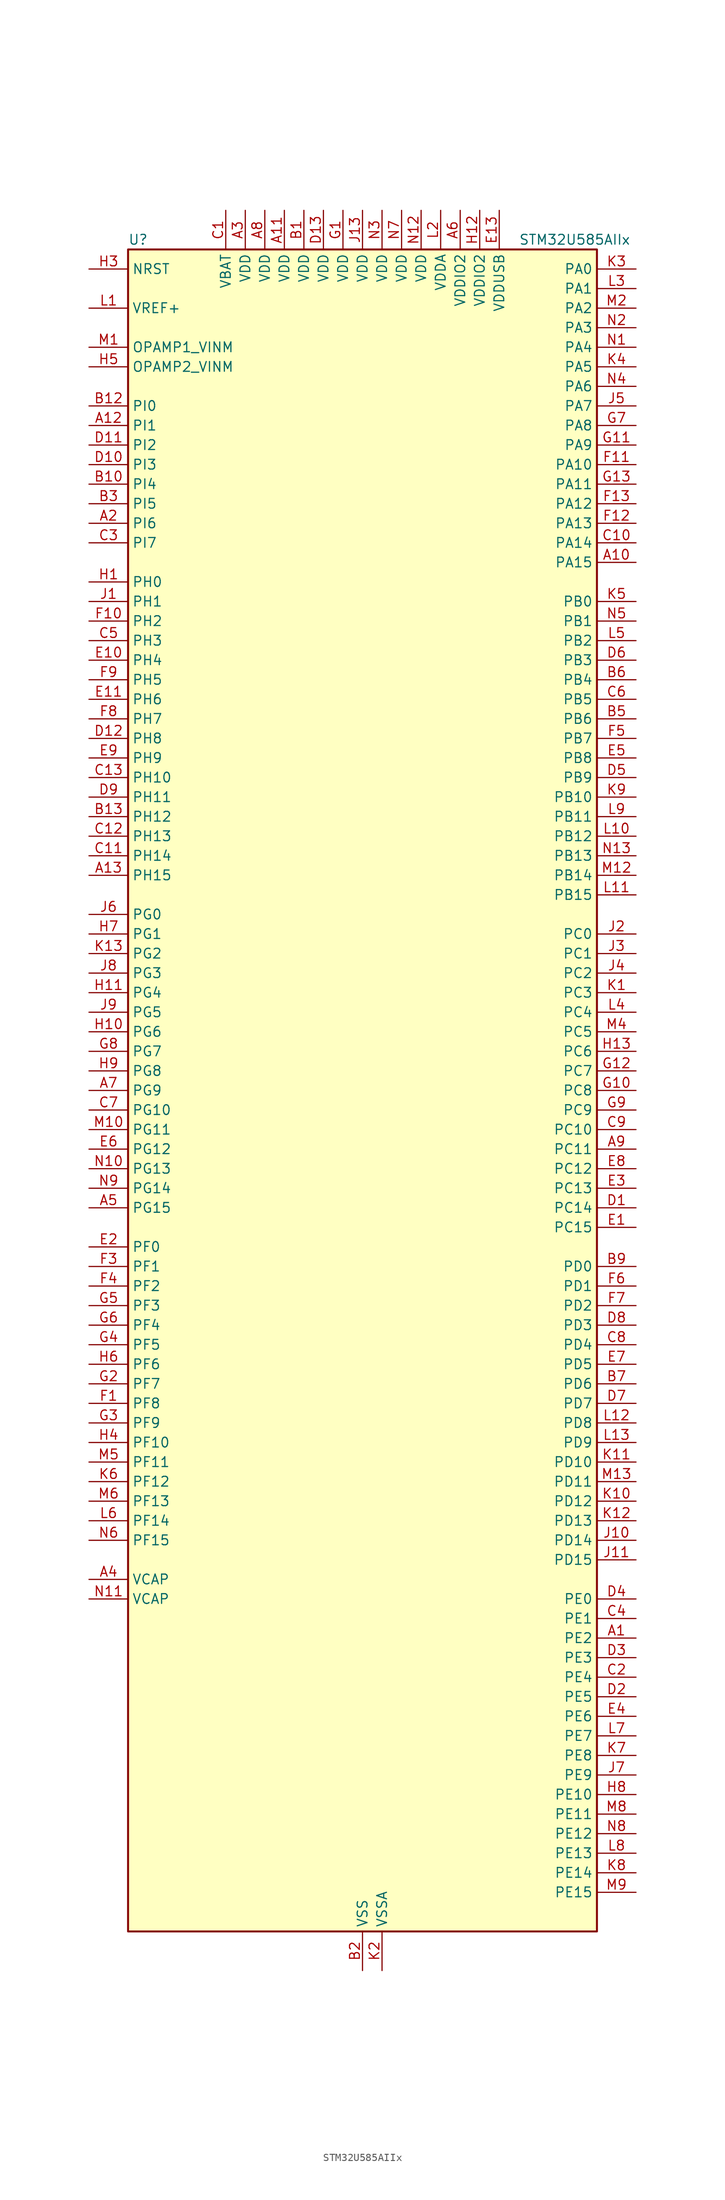
<source format=kicad_sym>
(kicad_symbol_lib
  (version 20220914)
  (generator kicad_symbol_editor)
  (symbol "STM32U585AIIx"
    (property "Reference" "U"
      (at -30.48 110.49 0)
      (effects (font (size 1.27 1.27)) (justify left)))
    (property "Value" "STM32U585AIIx"
      (at 20.32 110.49 0)
      (effects (font (size 1.27 1.27)) (justify left)))
    (property "ki_locked" ""
      (at 0 0 0)
      (effects (font (size 1.27 1.27))))
    (symbol "STM32U585AIIx_0_1"
      (rectangle (start -30.48 -109.22) (end 30.48 109.22) (stroke (width 0.254) (type default)) (fill (type background))))
    (symbol "STM32U585AIIx_1_1"
      (pin bidirectional line (at 35.56 -71.12 180) (length 5.08) (name "PE2" (effects (font (size 1.27 1.27)))) (number "A1" (effects (font (size 1.27 1.27)))) (alternate "DEBUG_TRACECLK" bidirectional line) (alternate "FMC_A23" bidirectional line) (alternate "SAI1_CK1" bidirectional line) (alternate "SAI1_MCLK_A" bidirectional line) (alternate "TIM3_ETR" bidirectional line) (alternate "TSC_G7_IO1" bidirectional line))
      (pin bidirectional line (at 35.56 68.58 180) (length 5.08) (name "PA15" (effects (font (size 1.27 1.27)))) (number "A10" (effects (font (size 1.27 1.27)))) (alternate "ADC1_EXTI15" bidirectional line) (alternate "ADC4_EXTI15" bidirectional line) (alternate "DEBUG_JTDI" bidirectional line) (alternate "SAI2_FS_B" bidirectional line) (alternate "SPI1_NSS" bidirectional line) (alternate "SPI3_NSS" bidirectional line) (alternate "TIM2_CH1" bidirectional line) (alternate "TIM2_ETR" bidirectional line) (alternate "UART4_DE" bidirectional line) (alternate "UART4_RTS" bidirectional line) (alternate "UCPD1_CC1" bidirectional line) (alternate "USART2_RX" bidirectional line) (alternate "USART3_DE" bidirectional line) (alternate "USART3_RTS" bidirectional line))
      (pin power_in line (at -10.16 114.3 270) (length 5.08) (name "VDD" (effects (font (size 1.27 1.27)))) (number "A11" (effects (font (size 1.27 1.27)))))
      (pin bidirectional line (at -35.56 86.36 0) (length 5.08) (name "PI1" (effects (font (size 1.27 1.27)))) (number "A12" (effects (font (size 1.27 1.27)))) (alternate "DCMI_D8" bidirectional line) (alternate "OCTOSPIM_P2_IO2" bidirectional line) (alternate "PSSI_D8" bidirectional line) (alternate "SPI2_SCK" bidirectional line))
      (pin bidirectional line (at -35.56 27.94 0) (length 5.08) (name "PH15" (effects (font (size 1.27 1.27)))) (number "A13" (effects (font (size 1.27 1.27)))) (alternate "ADC1_EXTI15" bidirectional line) (alternate "ADC4_EXTI15" bidirectional line) (alternate "DCMI_D11" bidirectional line) (alternate "OCTOSPIM_P2_IO6" bidirectional line) (alternate "PSSI_D11" bidirectional line) (alternate "TIM8_CH3N" bidirectional line))
      (pin bidirectional line (at -35.56 73.66 0) (length 5.08) (name "PI6" (effects (font (size 1.27 1.27)))) (number "A2" (effects (font (size 1.27 1.27)))) (alternate "DCMI_D6" bidirectional line) (alternate "OCTOSPIM_P2_CLK" bidirectional line) (alternate "PSSI_D6" bidirectional line) (alternate "TIM8_CH2" bidirectional line))
      (pin power_in line (at -15.24 114.3 270) (length 5.08) (name "VDD" (effects (font (size 1.27 1.27)))) (number "A3" (effects (font (size 1.27 1.27)))))
      (pin power_out line (at -35.56 -63.5 0) (length 5.08) (name "VCAP" (effects (font (size 1.27 1.27)))) (number "A4" (effects (font (size 1.27 1.27)))))
      (pin bidirectional line (at -35.56 -15.24 0) (length 5.08) (name "PG15" (effects (font (size 1.27 1.27)))) (number "A5" (effects (font (size 1.27 1.27)))) (alternate "ADC1_EXTI15" bidirectional line) (alternate "ADC4_EXTI15" bidirectional line) (alternate "DCMI_D13" bidirectional line) (alternate "I2C1_SMBA" bidirectional line) (alternate "LPTIM1_CH1" bidirectional line) (alternate "OCTOSPIM_P2_DQS" bidirectional line) (alternate "PSSI_D13" bidirectional line))
      (pin power_in line (at 12.7 114.3 270) (length 5.08) (name "VDDIO2" (effects (font (size 1.27 1.27)))) (number "A6" (effects (font (size 1.27 1.27)))))
      (pin bidirectional line (at -35.56 0 0) (length 5.08) (name "PG9" (effects (font (size 1.27 1.27)))) (number "A7" (effects (font (size 1.27 1.27)))) (alternate "DAC1_EXTI9" bidirectional line) (alternate "FMC_NCE" bidirectional line) (alternate "FMC_NE2" bidirectional line) (alternate "OCTOSPIM_P2_IO6" bidirectional line) (alternate "SAI2_SCK_A" bidirectional line) (alternate "SPI3_SCK" bidirectional line) (alternate "TIM15_CH1N" bidirectional line) (alternate "USART1_TX" bidirectional line))
      (pin power_in line (at -12.7 114.3 270) (length 5.08) (name "VDD" (effects (font (size 1.27 1.27)))) (number "A8" (effects (font (size 1.27 1.27)))))
      (pin bidirectional line (at 35.56 -7.62 180) (length 5.08) (name "PC11" (effects (font (size 1.27 1.27)))) (number "A9" (effects (font (size 1.27 1.27)))) (alternate "ADC1_EXTI11" bidirectional line) (alternate "ADF1_SDI0" bidirectional line) (alternate "DCMI_D2" bidirectional line) (alternate "DCMI_D4" bidirectional line) (alternate "LPTIM3_IN1" bidirectional line) (alternate "OCTOSPIM_P1_NCS" bidirectional line) (alternate "PSSI_D2" bidirectional line) (alternate "PSSI_D4" bidirectional line) (alternate "SAI2_MCLK_B" bidirectional line) (alternate "SDMMC1_D3" bidirectional line) (alternate "SPI3_MISO" bidirectional line) (alternate "TSC_G3_IO3" bidirectional line) (alternate "UART4_RX" bidirectional line) (alternate "UCPD1_FRSTX2" bidirectional line) (alternate "USART3_RX" bidirectional line))
      (pin power_in line (at -7.62 114.3 270) (length 5.08) (name "VDD" (effects (font (size 1.27 1.27)))) (number "B1" (effects (font (size 1.27 1.27)))))
      (pin bidirectional line (at -35.56 78.74 0) (length 5.08) (name "PI4" (effects (font (size 1.27 1.27)))) (number "B10" (effects (font (size 1.27 1.27)))) (alternate "DCMI_D5" bidirectional line) (alternate "PSSI_D5" bidirectional line) (alternate "SPI2_RDY" bidirectional line) (alternate "TIM8_BKIN" bidirectional line))
      (pin passive line (at 0 -114.3 90) (length 5.08) hide (name "VSS" (effects (font (size 1.27 1.27)))) (number "B11" (effects (font (size 1.27 1.27)))))
      (pin bidirectional line (at -35.56 88.9 0) (length 5.08) (name "PI0" (effects (font (size 1.27 1.27)))) (number "B12" (effects (font (size 1.27 1.27)))) (alternate "DCMI_D13" bidirectional line) (alternate "OCTOSPIM_P1_IO5" bidirectional line) (alternate "PSSI_D13" bidirectional line) (alternate "SPI2_NSS" bidirectional line) (alternate "TIM5_CH4" bidirectional line))
      (pin bidirectional line (at -35.56 35.56 0) (length 5.08) (name "PH12" (effects (font (size 1.27 1.27)))) (number "B13" (effects (font (size 1.27 1.27)))) (alternate "DCMI_D3" bidirectional line) (alternate "OCTOSPIM_P2_IO7" bidirectional line) (alternate "PSSI_D3" bidirectional line) (alternate "TIM5_CH3" bidirectional line) (alternate "TIM8_CH4N" bidirectional line))
      (pin power_in line (at 0 -114.3 90) (length 5.08) (name "VSS" (effects (font (size 1.27 1.27)))) (number "B2" (effects (font (size 1.27 1.27)))))
      (pin bidirectional line (at -35.56 76.2 0) (length 5.08) (name "PI5" (effects (font (size 1.27 1.27)))) (number "B3" (effects (font (size 1.27 1.27)))) (alternate "DCMI_VSYNC" bidirectional line) (alternate "OCTOSPIM_P2_NCS" bidirectional line) (alternate "PSSI_RDY" bidirectional line) (alternate "TIM8_CH1" bidirectional line))
      (pin passive line (at 0 -114.3 90) (length 5.08) hide (name "VSS" (effects (font (size 1.27 1.27)))) (number "B4" (effects (font (size 1.27 1.27)))))
      (pin bidirectional line (at 35.56 48.26 180) (length 5.08) (name "PB6" (effects (font (size 1.27 1.27)))) (number "B5" (effects (font (size 1.27 1.27)))) (alternate "COMP2_INP" bidirectional line) (alternate "DCMI_D5" bidirectional line) (alternate "I2C1_SCL" bidirectional line) (alternate "I2C4_SCL" bidirectional line) (alternate "LPTIM1_ETR" bidirectional line) (alternate "MDF1_SDI5" bidirectional line) (alternate "PSSI_D5" bidirectional line) (alternate "PWR_WKUP3" bidirectional line) (alternate "SAI1_FS_B" bidirectional line) (alternate "TIM16_CH1N" bidirectional line) (alternate "TIM4_CH1" bidirectional line) (alternate "TIM8_BKIN2" bidirectional line) (alternate "TSC_G2_IO3" bidirectional line) (alternate "USART1_TX" bidirectional line))
      (pin bidirectional line (at 35.56 53.34 180) (length 5.08) (name "PB4" (effects (font (size 1.27 1.27)))) (number "B6" (effects (font (size 1.27 1.27)))) (alternate "ADF1_SDI0" bidirectional line) (alternate "COMP2_INP" bidirectional line) (alternate "DCMI_D12" bidirectional line) (alternate "DEBUG_JTRST" bidirectional line) (alternate "I2C3_SDA" bidirectional line) (alternate "LPTIM1_CH2" bidirectional line) (alternate "PSSI_D12" bidirectional line) (alternate "SAI1_MCLK_B" bidirectional line) (alternate "SDMMC2_D3" bidirectional line) (alternate "SPI1_MISO" bidirectional line) (alternate "SPI3_MISO" bidirectional line) (alternate "TIM17_BKIN" bidirectional line) (alternate "TIM3_CH1" bidirectional line) (alternate "TSC_G2_IO1" bidirectional line) (alternate "UART5_DE" bidirectional line) (alternate "UART5_RTS" bidirectional line) (alternate "USART1_CTS" bidirectional line))
      (pin bidirectional line (at 35.56 -38.1 180) (length 5.08) (name "PD6" (effects (font (size 1.27 1.27)))) (number "B7" (effects (font (size 1.27 1.27)))) (alternate "DCMI_D10" bidirectional line) (alternate "FMC_NWAIT" bidirectional line) (alternate "MDF1_SDI1" bidirectional line) (alternate "OCTOSPIM_P1_IO6" bidirectional line) (alternate "PSSI_D10" bidirectional line) (alternate "SAI1_D1" bidirectional line) (alternate "SAI1_SD_A" bidirectional line) (alternate "SDMMC2_CK" bidirectional line) (alternate "SPI3_MOSI" bidirectional line) (alternate "USART2_RX" bidirectional line))
      (pin passive line (at 0 -114.3 90) (length 5.08) hide (name "VSS" (effects (font (size 1.27 1.27)))) (number "B8" (effects (font (size 1.27 1.27)))))
      (pin bidirectional line (at 35.56 -22.86 180) (length 5.08) (name "PD0" (effects (font (size 1.27 1.27)))) (number "B9" (effects (font (size 1.27 1.27)))) (alternate "FDCAN1_RX" bidirectional line) (alternate "FMC_D2" bidirectional line) (alternate "FMC_DA2" bidirectional line) (alternate "SPI2_NSS" bidirectional line) (alternate "TIM8_CH4N" bidirectional line))
      (pin power_in line (at -17.78 114.3 270) (length 5.08) (name "VBAT" (effects (font (size 1.27 1.27)))) (number "C1" (effects (font (size 1.27 1.27)))))
      (pin bidirectional line (at 35.56 71.12 180) (length 5.08) (name "PA14" (effects (font (size 1.27 1.27)))) (number "C10" (effects (font (size 1.27 1.27)))) (alternate "DEBUG_JTCK-SWCLK" bidirectional line) (alternate "I2C1_SMBA" bidirectional line) (alternate "I2C4_SMBA" bidirectional line) (alternate "LPTIM1_CH1" bidirectional line) (alternate "SAI1_FS_B" bidirectional line) (alternate "USB_OTG_FS_SOF" bidirectional line))
      (pin bidirectional line (at -35.56 30.48 0) (length 5.08) (name "PH14" (effects (font (size 1.27 1.27)))) (number "C11" (effects (font (size 1.27 1.27)))) (alternate "DCMI_D4" bidirectional line) (alternate "FDCAN1_RX" bidirectional line) (alternate "PSSI_D4" bidirectional line) (alternate "TIM8_CH2N" bidirectional line))
      (pin bidirectional line (at -35.56 33.02 0) (length 5.08) (name "PH13" (effects (font (size 1.27 1.27)))) (number "C12" (effects (font (size 1.27 1.27)))) (alternate "FDCAN1_TX" bidirectional line) (alternate "TIM8_CH1N" bidirectional line))
      (pin bidirectional line (at -35.56 40.64 0) (length 5.08) (name "PH10" (effects (font (size 1.27 1.27)))) (number "C13" (effects (font (size 1.27 1.27)))) (alternate "DCMI_D1" bidirectional line) (alternate "OCTOSPIM_P2_IO5" bidirectional line) (alternate "PSSI_D1" bidirectional line) (alternate "TIM5_CH1" bidirectional line))
      (pin bidirectional line (at 35.56 -76.2 180) (length 5.08) (name "PE4" (effects (font (size 1.27 1.27)))) (number "C2" (effects (font (size 1.27 1.27)))) (alternate "DCMI_D4" bidirectional line) (alternate "DEBUG_TRACED1" bidirectional line) (alternate "FMC_A20" bidirectional line) (alternate "MDF1_SDI3" bidirectional line) (alternate "PSSI_D4" bidirectional line) (alternate "PWR_WKUP1" bidirectional line) (alternate "SAI1_D2" bidirectional line) (alternate "SAI1_FS_A" bidirectional line) (alternate "TAMP_IN7" bidirectional line) (alternate "TAMP_OUT8" bidirectional line) (alternate "TIM3_CH2" bidirectional line) (alternate "TSC_G7_IO3" bidirectional line))
      (pin bidirectional line (at -35.56 71.12 0) (length 5.08) (name "PI7" (effects (font (size 1.27 1.27)))) (number "C3" (effects (font (size 1.27 1.27)))) (alternate "DCMI_D7" bidirectional line) (alternate "OCTOSPIM_P2_NCLK" bidirectional line) (alternate "PSSI_D7" bidirectional line) (alternate "TIM8_CH3" bidirectional line))
      (pin bidirectional line (at 35.56 -68.58 180) (length 5.08) (name "PE1" (effects (font (size 1.27 1.27)))) (number "C4" (effects (font (size 1.27 1.27)))) (alternate "DCMI_D3" bidirectional line) (alternate "FMC_NBL1" bidirectional line) (alternate "PSSI_D3" bidirectional line) (alternate "TIM17_CH1" bidirectional line))
      (pin bidirectional line (at -35.56 58.42 0) (length 5.08) (name "PH3" (effects (font (size 1.27 1.27)))) (number "C5" (effects (font (size 1.27 1.27)))))
      (pin bidirectional line (at 35.56 50.8 180) (length 5.08) (name "PB5" (effects (font (size 1.27 1.27)))) (number "C6" (effects (font (size 1.27 1.27)))) (alternate "COMP2_OUT" bidirectional line) (alternate "DCMI_D10" bidirectional line) (alternate "I2C1_SMBA" bidirectional line) (alternate "LPTIM1_IN1" bidirectional line) (alternate "OCTOSPIM_P1_NCLK" bidirectional line) (alternate "PSSI_D10" bidirectional line) (alternate "PWR_WKUP6" bidirectional line) (alternate "SAI1_SD_B" bidirectional line) (alternate "SPI1_MOSI" bidirectional line) (alternate "SPI3_MOSI" bidirectional line) (alternate "TIM16_BKIN" bidirectional line) (alternate "TIM3_CH2" bidirectional line) (alternate "TSC_G2_IO2" bidirectional line) (alternate "UART5_CTS" bidirectional line) (alternate "UCPD1_DBCC1" bidirectional line) (alternate "USART1_CK" bidirectional line))
      (pin bidirectional line (at -35.56 -2.54 0) (length 5.08) (name "PG10" (effects (font (size 1.27 1.27)))) (number "C7" (effects (font (size 1.27 1.27)))) (alternate "FMC_NE3" bidirectional line) (alternate "LPTIM1_IN1" bidirectional line) (alternate "OCTOSPIM_P2_IO7" bidirectional line) (alternate "SAI2_FS_A" bidirectional line) (alternate "SPI3_MISO" bidirectional line) (alternate "TIM15_CH1" bidirectional line) (alternate "USART1_RX" bidirectional line))
      (pin bidirectional line (at 35.56 -33.02 180) (length 5.08) (name "PD4" (effects (font (size 1.27 1.27)))) (number "C8" (effects (font (size 1.27 1.27)))) (alternate "FMC_NOE" bidirectional line) (alternate "MDF1_CKI0" bidirectional line) (alternate "OCTOSPIM_P1_IO4" bidirectional line) (alternate "SPI2_MOSI" bidirectional line) (alternate "USART2_DE" bidirectional line) (alternate "USART2_RTS" bidirectional line))
      (pin bidirectional line (at 35.56 -5.08 180) (length 5.08) (name "PC10" (effects (font (size 1.27 1.27)))) (number "C9" (effects (font (size 1.27 1.27)))) (alternate "ADF1_CCK1" bidirectional line) (alternate "DCMI_D8" bidirectional line) (alternate "DEBUG_TRACED1" bidirectional line) (alternate "LPTIM3_ETR" bidirectional line) (alternate "PSSI_D8" bidirectional line) (alternate "SAI2_SCK_B" bidirectional line) (alternate "SDMMC1_D2" bidirectional line) (alternate "SPI3_SCK" bidirectional line) (alternate "TSC_G3_IO2" bidirectional line) (alternate "UART4_TX" bidirectional line) (alternate "USART3_TX" bidirectional line))
      (pin bidirectional line (at 35.56 -15.24 180) (length 5.08) (name "PC14" (effects (font (size 1.27 1.27)))) (number "D1" (effects (font (size 1.27 1.27)))) (alternate "RCC_OSC32_IN" bidirectional line))
      (pin bidirectional line (at -35.56 81.28 0) (length 5.08) (name "PI3" (effects (font (size 1.27 1.27)))) (number "D10" (effects (font (size 1.27 1.27)))) (alternate "DCMI_D10" bidirectional line) (alternate "OCTOSPIM_P2_IO0" bidirectional line) (alternate "PSSI_D10" bidirectional line) (alternate "SPI2_MOSI" bidirectional line) (alternate "TIM8_ETR" bidirectional line))
      (pin bidirectional line (at -35.56 83.82 0) (length 5.08) (name "PI2" (effects (font (size 1.27 1.27)))) (number "D11" (effects (font (size 1.27 1.27)))) (alternate "DCMI_D9" bidirectional line) (alternate "OCTOSPIM_P2_IO1" bidirectional line) (alternate "PSSI_D9" bidirectional line) (alternate "SPI2_MISO" bidirectional line) (alternate "TIM8_CH4" bidirectional line))
      (pin bidirectional line (at -35.56 45.72 0) (length 5.08) (name "PH8" (effects (font (size 1.27 1.27)))) (number "D12" (effects (font (size 1.27 1.27)))) (alternate "DCMI_HSYNC" bidirectional line) (alternate "I2C3_SDA" bidirectional line) (alternate "OCTOSPIM_P2_IO3" bidirectional line) (alternate "PSSI_DE" bidirectional line))
      (pin power_in line (at -5.08 114.3 270) (length 5.08) (name "VDD" (effects (font (size 1.27 1.27)))) (number "D13" (effects (font (size 1.27 1.27)))))
      (pin bidirectional line (at 35.56 -78.74 180) (length 5.08) (name "PE5" (effects (font (size 1.27 1.27)))) (number "D2" (effects (font (size 1.27 1.27)))) (alternate "DCMI_D6" bidirectional line) (alternate "DEBUG_TRACED2" bidirectional line) (alternate "FMC_A21" bidirectional line) (alternate "MDF1_CKI3" bidirectional line) (alternate "PSSI_D6" bidirectional line) (alternate "PWR_WKUP2" bidirectional line) (alternate "SAI1_CK2" bidirectional line) (alternate "SAI1_SCK_A" bidirectional line) (alternate "TAMP_IN8" bidirectional line) (alternate "TAMP_OUT7" bidirectional line) (alternate "TIM3_CH3" bidirectional line) (alternate "TSC_G7_IO4" bidirectional line))
      (pin bidirectional line (at 35.56 -73.66 180) (length 5.08) (name "PE3" (effects (font (size 1.27 1.27)))) (number "D3" (effects (font (size 1.27 1.27)))) (alternate "DEBUG_TRACED0" bidirectional line) (alternate "FMC_A19" bidirectional line) (alternate "OCTOSPIM_P1_DQS" bidirectional line) (alternate "SAI1_SD_B" bidirectional line) (alternate "TAMP_IN6" bidirectional line) (alternate "TAMP_OUT3" bidirectional line) (alternate "TIM3_CH1" bidirectional line) (alternate "TSC_G7_IO2" bidirectional line))
      (pin bidirectional line (at 35.56 -66.04 180) (length 5.08) (name "PE0" (effects (font (size 1.27 1.27)))) (number "D4" (effects (font (size 1.27 1.27)))) (alternate "DCMI_D2" bidirectional line) (alternate "FMC_NBL0" bidirectional line) (alternate "PSSI_D2" bidirectional line) (alternate "TIM16_CH1" bidirectional line) (alternate "TIM4_ETR" bidirectional line))
      (pin bidirectional line (at 35.56 40.64 180) (length 5.08) (name "PB9" (effects (font (size 1.27 1.27)))) (number "D5" (effects (font (size 1.27 1.27)))) (alternate "DAC1_EXTI9" bidirectional line) (alternate "DCMI_D7" bidirectional line) (alternate "FDCAN1_TX" bidirectional line) (alternate "I2C1_SDA" bidirectional line) (alternate "IR_OUT" bidirectional line) (alternate "PSSI_D7" bidirectional line) (alternate "SAI1_D2" bidirectional line) (alternate "SAI1_FS_A" bidirectional line) (alternate "SDMMC1_CDIR" bidirectional line) (alternate "SDMMC1_D5" bidirectional line) (alternate "SDMMC2_D5" bidirectional line) (alternate "SPI2_NSS" bidirectional line) (alternate "TIM17_CH1" bidirectional line) (alternate "TIM4_CH4" bidirectional line))
      (pin bidirectional line (at 35.56 55.88 180) (length 5.08) (name "PB3" (effects (font (size 1.27 1.27)))) (number "D6" (effects (font (size 1.27 1.27)))) (alternate "ADF1_CCK0" bidirectional line) (alternate "COMP2_INM" bidirectional line) (alternate "CRS_SYNC" bidirectional line) (alternate "DEBUG_JTDO-SWO" bidirectional line) (alternate "I2C1_SDA" bidirectional line) (alternate "LPTIM1_CH1" bidirectional line) (alternate "SAI1_SCK_B" bidirectional line) (alternate "SDMMC2_D2" bidirectional line) (alternate "SPI1_SCK" bidirectional line) (alternate "SPI3_SCK" bidirectional line) (alternate "TIM2_CH2" bidirectional line) (alternate "USART1_DE" bidirectional line) (alternate "USART1_RTS" bidirectional line))
      (pin bidirectional line (at 35.56 -40.64 180) (length 5.08) (name "PD7" (effects (font (size 1.27 1.27)))) (number "D7" (effects (font (size 1.27 1.27)))) (alternate "FMC_NCE" bidirectional line) (alternate "FMC_NE1" bidirectional line) (alternate "LPTIM4_OUT" bidirectional line) (alternate "MDF1_CKI1" bidirectional line) (alternate "OCTOSPIM_P1_IO7" bidirectional line) (alternate "SDMMC2_CMD" bidirectional line) (alternate "USART2_CK" bidirectional line))
      (pin bidirectional line (at 35.56 -30.48 180) (length 5.08) (name "PD3" (effects (font (size 1.27 1.27)))) (number "D8" (effects (font (size 1.27 1.27)))) (alternate "DCMI_D5" bidirectional line) (alternate "FMC_CLK" bidirectional line) (alternate "MDF1_SDI0" bidirectional line) (alternate "OCTOSPIM_P2_NCS" bidirectional line) (alternate "PSSI_D5" bidirectional line) (alternate "SPI2_MISO" bidirectional line) (alternate "SPI2_SCK" bidirectional line) (alternate "USART2_CTS" bidirectional line))
      (pin bidirectional line (at -35.56 38.1 0) (length 5.08) (name "PH11" (effects (font (size 1.27 1.27)))) (number "D9" (effects (font (size 1.27 1.27)))) (alternate "ADC1_EXTI11" bidirectional line) (alternate "DCMI_D2" bidirectional line) (alternate "OCTOSPIM_P2_IO6" bidirectional line) (alternate "PSSI_D2" bidirectional line) (alternate "TIM5_CH2" bidirectional line))
      (pin bidirectional line (at 35.56 -17.78 180) (length 5.08) (name "PC15" (effects (font (size 1.27 1.27)))) (number "E1" (effects (font (size 1.27 1.27)))) (alternate "ADC1_EXTI15" bidirectional line) (alternate "ADC4_EXTI15" bidirectional line) (alternate "RCC_OSC32_OUT" bidirectional line))
      (pin bidirectional line (at -35.56 55.88 0) (length 5.08) (name "PH4" (effects (font (size 1.27 1.27)))) (number "E10" (effects (font (size 1.27 1.27)))) (alternate "I2C2_SCL" bidirectional line) (alternate "OCTOSPIM_P2_DQS" bidirectional line) (alternate "PSSI_D14" bidirectional line))
      (pin bidirectional line (at -35.56 50.8 0) (length 5.08) (name "PH6" (effects (font (size 1.27 1.27)))) (number "E11" (effects (font (size 1.27 1.27)))) (alternate "DCMI_D8" bidirectional line) (alternate "I2C2_SMBA" bidirectional line) (alternate "OCTOSPIM_P2_CLK" bidirectional line) (alternate "PSSI_D8" bidirectional line))
      (pin passive line (at 0 -114.3 90) (length 5.08) hide (name "VSS" (effects (font (size 1.27 1.27)))) (number "E12" (effects (font (size 1.27 1.27)))))
      (pin power_in line (at 17.78 114.3 270) (length 5.08) (name "VDDUSB" (effects (font (size 1.27 1.27)))) (number "E13" (effects (font (size 1.27 1.27)))))
      (pin bidirectional line (at -35.56 -20.32 0) (length 5.08) (name "PF0" (effects (font (size 1.27 1.27)))) (number "E2" (effects (font (size 1.27 1.27)))) (alternate "FMC_A0" bidirectional line) (alternate "I2C2_SDA" bidirectional line) (alternate "OCTOSPIM_P2_IO0" bidirectional line))
      (pin bidirectional line (at 35.56 -12.7 180) (length 5.08) (name "PC13" (effects (font (size 1.27 1.27)))) (number "E3" (effects (font (size 1.27 1.27)))) (alternate "PWR_WKUP2" bidirectional line) (alternate "RTC_OUT1" bidirectional line) (alternate "RTC_TS" bidirectional line) (alternate "TAMP_IN1" bidirectional line) (alternate "TAMP_OUT2" bidirectional line))
      (pin bidirectional line (at 35.56 -81.28 180) (length 5.08) (name "PE6" (effects (font (size 1.27 1.27)))) (number "E4" (effects (font (size 1.27 1.27)))) (alternate "DCMI_D7" bidirectional line) (alternate "DEBUG_TRACED3" bidirectional line) (alternate "FMC_A22" bidirectional line) (alternate "PSSI_D7" bidirectional line) (alternate "PWR_WKUP3" bidirectional line) (alternate "SAI1_D1" bidirectional line) (alternate "SAI1_SD_A" bidirectional line) (alternate "TAMP_IN3" bidirectional line) (alternate "TAMP_OUT6" bidirectional line) (alternate "TIM3_CH4" bidirectional line))
      (pin bidirectional line (at 35.56 43.18 180) (length 5.08) (name "PB8" (effects (font (size 1.27 1.27)))) (number "E5" (effects (font (size 1.27 1.27)))) (alternate "DCMI_D6" bidirectional line) (alternate "FDCAN1_RX" bidirectional line) (alternate "I2C1_SCL" bidirectional line) (alternate "MDF1_CCK0" bidirectional line) (alternate "PSSI_D6" bidirectional line) (alternate "PWR_WKUP5" bidirectional line) (alternate "SAI1_CK1" bidirectional line) (alternate "SAI1_MCLK_A" bidirectional line) (alternate "SDMMC1_CKIN" bidirectional line) (alternate "SDMMC1_D4" bidirectional line) (alternate "SDMMC2_D4" bidirectional line) (alternate "SPI3_RDY" bidirectional line) (alternate "TIM16_CH1" bidirectional line) (alternate "TIM4_CH3" bidirectional line))
      (pin bidirectional line (at -35.56 -7.62 0) (length 5.08) (name "PG12" (effects (font (size 1.27 1.27)))) (number "E6" (effects (font (size 1.27 1.27)))) (alternate "FMC_NE4" bidirectional line) (alternate "LPTIM1_ETR" bidirectional line) (alternate "OCTOSPIM_P2_NCS" bidirectional line) (alternate "SAI2_SD_A" bidirectional line) (alternate "SPI3_NSS" bidirectional line) (alternate "USART1_DE" bidirectional line) (alternate "USART1_RTS" bidirectional line))
      (pin bidirectional line (at 35.56 -35.56 180) (length 5.08) (name "PD5" (effects (font (size 1.27 1.27)))) (number "E7" (effects (font (size 1.27 1.27)))) (alternate "FMC_NWE" bidirectional line) (alternate "OCTOSPIM_P1_IO5" bidirectional line) (alternate "SPI2_RDY" bidirectional line) (alternate "USART2_TX" bidirectional line))
      (pin bidirectional line (at 35.56 -10.16 180) (length 5.08) (name "PC12" (effects (font (size 1.27 1.27)))) (number "E8" (effects (font (size 1.27 1.27)))) (alternate "DCMI_D9" bidirectional line) (alternate "DEBUG_TRACED3" bidirectional line) (alternate "PSSI_D9" bidirectional line) (alternate "SAI2_SD_B" bidirectional line) (alternate "SDMMC1_CK" bidirectional line) (alternate "SPI3_MOSI" bidirectional line) (alternate "TSC_G3_IO4" bidirectional line) (alternate "UART5_TX" bidirectional line) (alternate "USART3_CK" bidirectional line))
      (pin bidirectional line (at -35.56 43.18 0) (length 5.08) (name "PH9" (effects (font (size 1.27 1.27)))) (number "E9" (effects (font (size 1.27 1.27)))) (alternate "DAC1_EXTI9" bidirectional line) (alternate "DCMI_D0" bidirectional line) (alternate "I2C3_SMBA" bidirectional line) (alternate "OCTOSPIM_P2_IO4" bidirectional line) (alternate "PSSI_D0" bidirectional line))
      (pin bidirectional line (at -35.56 -40.64 0) (length 5.08) (name "PF8" (effects (font (size 1.27 1.27)))) (number "F1" (effects (font (size 1.27 1.27)))) (alternate "FDCAN1_TX" bidirectional line) (alternate "OCTOSPIM_P1_IO0" bidirectional line) (alternate "PSSI_D14" bidirectional line) (alternate "SAI1_SCK_B" bidirectional line) (alternate "TIM5_CH3" bidirectional line))
      (pin bidirectional line (at -35.56 60.96 0) (length 5.08) (name "PH2" (effects (font (size 1.27 1.27)))) (number "F10" (effects (font (size 1.27 1.27)))) (alternate "OCTOSPIM_P1_IO4" bidirectional line))
      (pin bidirectional line (at 35.56 81.28 180) (length 5.08) (name "PA10" (effects (font (size 1.27 1.27)))) (number "F11" (effects (font (size 1.27 1.27)))) (alternate "CRS_SYNC" bidirectional line) (alternate "DCMI_D1" bidirectional line) (alternate "LPTIM2_IN2" bidirectional line) (alternate "PSSI_D1" bidirectional line) (alternate "SAI1_D1" bidirectional line) (alternate "SAI1_SD_A" bidirectional line) (alternate "TIM17_BKIN" bidirectional line) (alternate "TIM1_CH3" bidirectional line) (alternate "USART1_RX" bidirectional line) (alternate "USB_OTG_FS_ID" bidirectional line))
      (pin bidirectional line (at 35.56 73.66 180) (length 5.08) (name "PA13" (effects (font (size 1.27 1.27)))) (number "F12" (effects (font (size 1.27 1.27)))) (alternate "DEBUG_JTMS-SWDIO" bidirectional line) (alternate "IR_OUT" bidirectional line) (alternate "SAI1_SD_B" bidirectional line) (alternate "USB_OTG_FS_NOE" bidirectional line))
      (pin bidirectional line (at 35.56 76.2 180) (length 5.08) (name "PA12" (effects (font (size 1.27 1.27)))) (number "F13" (effects (font (size 1.27 1.27)))) (alternate "FDCAN1_TX" bidirectional line) (alternate "OCTOSPIM_P2_NCS" bidirectional line) (alternate "SPI1_MOSI" bidirectional line) (alternate "TIM1_ETR" bidirectional line) (alternate "USART1_DE" bidirectional line) (alternate "USART1_RTS" bidirectional line) (alternate "USB_OTG_FS_DP" bidirectional line))
      (pin passive line (at 0 -114.3 90) (length 5.08) hide (name "VSS" (effects (font (size 1.27 1.27)))) (number "F2" (effects (font (size 1.27 1.27)))))
      (pin bidirectional line (at -35.56 -22.86 0) (length 5.08) (name "PF1" (effects (font (size 1.27 1.27)))) (number "F3" (effects (font (size 1.27 1.27)))) (alternate "FMC_A1" bidirectional line) (alternate "I2C2_SCL" bidirectional line) (alternate "OCTOSPIM_P2_IO1" bidirectional line))
      (pin bidirectional line (at -35.56 -25.4 0) (length 5.08) (name "PF2" (effects (font (size 1.27 1.27)))) (number "F4" (effects (font (size 1.27 1.27)))) (alternate "FMC_A2" bidirectional line) (alternate "I2C2_SMBA" bidirectional line) (alternate "LPTIM3_CH2" bidirectional line) (alternate "OCTOSPIM_P2_IO2" bidirectional line) (alternate "PWR_WKUP8" bidirectional line))
      (pin bidirectional line (at 35.56 45.72 180) (length 5.08) (name "PB7" (effects (font (size 1.27 1.27)))) (number "F5" (effects (font (size 1.27 1.27)))) (alternate "COMP2_INM" bidirectional line) (alternate "DCMI_VSYNC" bidirectional line) (alternate "FMC_NL" bidirectional line) (alternate "I2C1_SDA" bidirectional line) (alternate "I2C4_SDA" bidirectional line) (alternate "LPTIM1_IN2" bidirectional line) (alternate "MDF1_CKI5" bidirectional line) (alternate "PSSI_RDY" bidirectional line) (alternate "PWR_PVD_IN" bidirectional line) (alternate "PWR_WKUP4" bidirectional line) (alternate "TIM17_CH1N" bidirectional line) (alternate "TIM4_CH2" bidirectional line) (alternate "TIM8_BKIN" bidirectional line) (alternate "TSC_G2_IO4" bidirectional line) (alternate "UART4_CTS" bidirectional line) (alternate "USART1_RX" bidirectional line))
      (pin bidirectional line (at 35.56 -25.4 180) (length 5.08) (name "PD1" (effects (font (size 1.27 1.27)))) (number "F6" (effects (font (size 1.27 1.27)))) (alternate "FDCAN1_TX" bidirectional line) (alternate "FMC_D3" bidirectional line) (alternate "FMC_DA3" bidirectional line) (alternate "SPI2_SCK" bidirectional line))
      (pin bidirectional line (at 35.56 -27.94 180) (length 5.08) (name "PD2" (effects (font (size 1.27 1.27)))) (number "F7" (effects (font (size 1.27 1.27)))) (alternate "DCMI_D11" bidirectional line) (alternate "DEBUG_TRACED2" bidirectional line) (alternate "LPTIM4_ETR" bidirectional line) (alternate "PSSI_D11" bidirectional line) (alternate "SDMMC1_CMD" bidirectional line) (alternate "TIM3_ETR" bidirectional line) (alternate "TSC_SYNC" bidirectional line) (alternate "UART5_RX" bidirectional line) (alternate "USART3_DE" bidirectional line) (alternate "USART3_RTS" bidirectional line))
      (pin bidirectional line (at -35.56 48.26 0) (length 5.08) (name "PH7" (effects (font (size 1.27 1.27)))) (number "F8" (effects (font (size 1.27 1.27)))) (alternate "DCMI_D9" bidirectional line) (alternate "I2C3_SCL" bidirectional line) (alternate "OCTOSPIM_P2_NCLK" bidirectional line) (alternate "PSSI_D9" bidirectional line))
      (pin bidirectional line (at -35.56 53.34 0) (length 5.08) (name "PH5" (effects (font (size 1.27 1.27)))) (number "F9" (effects (font (size 1.27 1.27)))) (alternate "DCMI_PIXCLK" bidirectional line) (alternate "I2C2_SDA" bidirectional line) (alternate "PSSI_PDCK" bidirectional line))
      (pin power_in line (at -2.54 114.3 270) (length 5.08) (name "VDD" (effects (font (size 1.27 1.27)))) (number "G1" (effects (font (size 1.27 1.27)))))
      (pin bidirectional line (at 35.56 0 180) (length 5.08) (name "PC8" (effects (font (size 1.27 1.27)))) (number "G10" (effects (font (size 1.27 1.27)))) (alternate "DCMI_D2" bidirectional line) (alternate "LPTIM3_CH1" bidirectional line) (alternate "PSSI_D2" bidirectional line) (alternate "PWR_SRDSTOP" bidirectional line) (alternate "SDMMC1_D0" bidirectional line) (alternate "TIM3_CH3" bidirectional line) (alternate "TIM8_CH3" bidirectional line) (alternate "TSC_G4_IO3" bidirectional line))
      (pin bidirectional line (at 35.56 83.82 180) (length 5.08) (name "PA9" (effects (font (size 1.27 1.27)))) (number "G11" (effects (font (size 1.27 1.27)))) (alternate "DAC1_EXTI9" bidirectional line) (alternate "DCMI_D0" bidirectional line) (alternate "PSSI_D0" bidirectional line) (alternate "SAI1_FS_A" bidirectional line) (alternate "SPI2_SCK" bidirectional line) (alternate "TIM15_BKIN" bidirectional line) (alternate "TIM1_CH2" bidirectional line) (alternate "USART1_TX" bidirectional line) (alternate "USB_OTG_FS_VBUS" bidirectional line))
      (pin bidirectional line (at 35.56 2.54 180) (length 5.08) (name "PC7" (effects (font (size 1.27 1.27)))) (number "G12" (effects (font (size 1.27 1.27)))) (alternate "DCMI_D1" bidirectional line) (alternate "LPTIM2_CH2" bidirectional line) (alternate "MDF1_SDI3" bidirectional line) (alternate "PSSI_D1" bidirectional line) (alternate "PWR_CDSTOP" bidirectional line) (alternate "SAI2_MCLK_B" bidirectional line) (alternate "SDMMC1_D123DIR" bidirectional line) (alternate "SDMMC1_D7" bidirectional line) (alternate "SDMMC2_D7" bidirectional line) (alternate "TIM3_CH2" bidirectional line) (alternate "TIM8_CH2" bidirectional line) (alternate "TSC_G4_IO2" bidirectional line))
      (pin bidirectional line (at 35.56 78.74 180) (length 5.08) (name "PA11" (effects (font (size 1.27 1.27)))) (number "G13" (effects (font (size 1.27 1.27)))) (alternate "ADC1_EXTI11" bidirectional line) (alternate "FDCAN1_RX" bidirectional line) (alternate "SPI1_MISO" bidirectional line) (alternate "TIM1_BKIN2" bidirectional line) (alternate "TIM1_CH4" bidirectional line) (alternate "USART1_CTS" bidirectional line) (alternate "USB_OTG_FS_DM" bidirectional line))
      (pin bidirectional line (at -35.56 -38.1 0) (length 5.08) (name "PF7" (effects (font (size 1.27 1.27)))) (number "G2" (effects (font (size 1.27 1.27)))) (alternate "FDCAN1_RX" bidirectional line) (alternate "OCTOSPIM_P1_IO2" bidirectional line) (alternate "SAI1_MCLK_B" bidirectional line) (alternate "TIM5_CH2" bidirectional line))
      (pin bidirectional line (at -35.56 -43.18 0) (length 5.08) (name "PF9" (effects (font (size 1.27 1.27)))) (number "G3" (effects (font (size 1.27 1.27)))) (alternate "DAC1_EXTI9" bidirectional line) (alternate "OCTOSPIM_P1_IO1" bidirectional line) (alternate "PSSI_D15" bidirectional line) (alternate "SAI1_FS_B" bidirectional line) (alternate "TIM15_CH1" bidirectional line) (alternate "TIM5_CH4" bidirectional line))
      (pin bidirectional line (at -35.56 -33.02 0) (length 5.08) (name "PF5" (effects (font (size 1.27 1.27)))) (number "G4" (effects (font (size 1.27 1.27)))) (alternate "FMC_A5" bidirectional line) (alternate "LPTIM3_CH1" bidirectional line) (alternate "OCTOSPIM_P2_NCLK" bidirectional line))
      (pin bidirectional line (at -35.56 -27.94 0) (length 5.08) (name "PF3" (effects (font (size 1.27 1.27)))) (number "G5" (effects (font (size 1.27 1.27)))) (alternate "FMC_A3" bidirectional line) (alternate "LPTIM3_IN1" bidirectional line) (alternate "OCTOSPIM_P2_IO3" bidirectional line))
      (pin bidirectional line (at -35.56 -30.48 0) (length 5.08) (name "PF4" (effects (font (size 1.27 1.27)))) (number "G6" (effects (font (size 1.27 1.27)))) (alternate "FMC_A4" bidirectional line) (alternate "LPTIM3_ETR" bidirectional line) (alternate "OCTOSPIM_P2_CLK" bidirectional line))
      (pin bidirectional line (at 35.56 86.36 180) (length 5.08) (name "PA8" (effects (font (size 1.27 1.27)))) (number "G7" (effects (font (size 1.27 1.27)))) (alternate "DEBUG_TRACECLK" bidirectional line) (alternate "LPTIM2_CH1" bidirectional line) (alternate "RCC_MCO" bidirectional line) (alternate "SAI1_CK2" bidirectional line) (alternate "SAI1_SCK_A" bidirectional line) (alternate "SPI1_RDY" bidirectional line) (alternate "TIM1_CH1" bidirectional line) (alternate "USART1_CK" bidirectional line) (alternate "USB_OTG_FS_SOF" bidirectional line))
      (pin bidirectional line (at -35.56 5.08 0) (length 5.08) (name "PG7" (effects (font (size 1.27 1.27)))) (number "G8" (effects (font (size 1.27 1.27)))) (alternate "FMC_INT" bidirectional line) (alternate "I2C3_SCL" bidirectional line) (alternate "LPUART1_TX" bidirectional line) (alternate "MDF1_CCK0" bidirectional line) (alternate "OCTOSPIM_P2_DQS" bidirectional line) (alternate "SAI1_CK1" bidirectional line) (alternate "SAI1_MCLK_A" bidirectional line) (alternate "UCPD1_FRSTX2" bidirectional line))
      (pin bidirectional line (at 35.56 -2.54 180) (length 5.08) (name "PC9" (effects (font (size 1.27 1.27)))) (number "G9" (effects (font (size 1.27 1.27)))) (alternate "DAC1_EXTI9" bidirectional line) (alternate "DCMI_D3" bidirectional line) (alternate "DEBUG_TRACED0" bidirectional line) (alternate "LPTIM3_CH2" bidirectional line) (alternate "PSSI_D3" bidirectional line) (alternate "SDMMC1_D1" bidirectional line) (alternate "TIM3_CH4" bidirectional line) (alternate "TIM8_BKIN2" bidirectional line) (alternate "TIM8_CH4" bidirectional line) (alternate "TSC_G4_IO4" bidirectional line) (alternate "USB_OTG_FS_NOE" bidirectional line))
      (pin bidirectional line (at -35.56 66.04 0) (length 5.08) (name "PH0" (effects (font (size 1.27 1.27)))) (number "H1" (effects (font (size 1.27 1.27)))) (alternate "RCC_OSC_IN" bidirectional line))
      (pin bidirectional line (at -35.56 7.62 0) (length 5.08) (name "PG6" (effects (font (size 1.27 1.27)))) (number "H10" (effects (font (size 1.27 1.27)))) (alternate "I2C3_SMBA" bidirectional line) (alternate "LPUART1_DE" bidirectional line) (alternate "LPUART1_RTS" bidirectional line) (alternate "OCTOSPIM_P1_DQS" bidirectional line) (alternate "SPI1_RDY" bidirectional line) (alternate "UCPD1_FRSTX1" bidirectional line))
      (pin bidirectional line (at -35.56 12.7 0) (length 5.08) (name "PG4" (effects (font (size 1.27 1.27)))) (number "H11" (effects (font (size 1.27 1.27)))) (alternate "FMC_A14" bidirectional line) (alternate "SAI2_MCLK_B" bidirectional line) (alternate "SPI1_MOSI" bidirectional line))
      (pin power_in line (at 15.24 114.3 270) (length 5.08) (name "VDDIO2" (effects (font (size 1.27 1.27)))) (number "H12" (effects (font (size 1.27 1.27)))))
      (pin bidirectional line (at 35.56 5.08 180) (length 5.08) (name "PC6" (effects (font (size 1.27 1.27)))) (number "H13" (effects (font (size 1.27 1.27)))) (alternate "DCMI_D0" bidirectional line) (alternate "MDF1_CKI3" bidirectional line) (alternate "PSSI_D0" bidirectional line) (alternate "PWR_CSLEEP" bidirectional line) (alternate "SAI2_MCLK_A" bidirectional line) (alternate "SDMMC1_D0DIR" bidirectional line) (alternate "SDMMC1_D6" bidirectional line) (alternate "SDMMC2_D6" bidirectional line) (alternate "TIM3_CH1" bidirectional line) (alternate "TIM8_CH1" bidirectional line) (alternate "TSC_G4_IO1" bidirectional line))
      (pin passive line (at 0 -114.3 90) (length 5.08) hide (name "VSS" (effects (font (size 1.27 1.27)))) (number "H2" (effects (font (size 1.27 1.27)))))
      (pin input line (at -35.56 106.68 0) (length 5.08) (name "NRST" (effects (font (size 1.27 1.27)))) (number "H3" (effects (font (size 1.27 1.27)))))
      (pin bidirectional line (at -35.56 -45.72 0) (length 5.08) (name "PF10" (effects (font (size 1.27 1.27)))) (number "H4" (effects (font (size 1.27 1.27)))) (alternate "DCMI_D11" bidirectional line) (alternate "MDF1_CCK1" bidirectional line) (alternate "OCTOSPIM_P1_CLK" bidirectional line) (alternate "PSSI_D11" bidirectional line) (alternate "PSSI_D15" bidirectional line) (alternate "SAI1_D3" bidirectional line) (alternate "TIM15_CH2" bidirectional line))
      (pin bidirectional line (at -35.56 93.98 0) (length 5.08) (name "OPAMP2_VINM" (effects (font (size 1.27 1.27)))) (number "H5" (effects (font (size 1.27 1.27)))) (alternate "OPAMP2_VINM" bidirectional line))
      (pin bidirectional line (at -35.56 -35.56 0) (length 5.08) (name "PF6" (effects (font (size 1.27 1.27)))) (number "H6" (effects (font (size 1.27 1.27)))) (alternate "DCMI_D12" bidirectional line) (alternate "OCTOSPIM_P1_IO3" bidirectional line) (alternate "OCTOSPIM_P2_NCS" bidirectional line) (alternate "PSSI_D12" bidirectional line) (alternate "SAI1_SD_B" bidirectional line) (alternate "TIM5_CH1" bidirectional line) (alternate "TIM5_ETR" bidirectional line))
      (pin bidirectional line (at -35.56 20.32 0) (length 5.08) (name "PG1" (effects (font (size 1.27 1.27)))) (number "H7" (effects (font (size 1.27 1.27)))) (alternate "ADC4_IN8" bidirectional line) (alternate "FMC_A11" bidirectional line) (alternate "OCTOSPIM_P2_IO5" bidirectional line) (alternate "TSC_G8_IO4" bidirectional line))
      (pin bidirectional line (at 35.56 -91.44 180) (length 5.08) (name "PE10" (effects (font (size 1.27 1.27)))) (number "H8" (effects (font (size 1.27 1.27)))) (alternate "ADF1_SDI0" bidirectional line) (alternate "FMC_D7" bidirectional line) (alternate "FMC_DA7" bidirectional line) (alternate "MDF1_SDI4" bidirectional line) (alternate "OCTOSPIM_P1_CLK" bidirectional line) (alternate "SAI1_MCLK_B" bidirectional line) (alternate "TIM1_CH2N" bidirectional line) (alternate "TSC_G5_IO1" bidirectional line))
      (pin bidirectional line (at -35.56 2.54 0) (length 5.08) (name "PG8" (effects (font (size 1.27 1.27)))) (number "H9" (effects (font (size 1.27 1.27)))) (alternate "I2C3_SDA" bidirectional line) (alternate "LPUART1_RX" bidirectional line))
      (pin bidirectional line (at -35.56 63.5 0) (length 5.08) (name "PH1" (effects (font (size 1.27 1.27)))) (number "J1" (effects (font (size 1.27 1.27)))) (alternate "RCC_OSC_OUT" bidirectional line))
      (pin bidirectional line (at 35.56 -58.42 180) (length 5.08) (name "PD14" (effects (font (size 1.27 1.27)))) (number "J10" (effects (font (size 1.27 1.27)))) (alternate "FMC_D0" bidirectional line) (alternate "FMC_DA0" bidirectional line) (alternate "LPTIM3_CH1" bidirectional line) (alternate "TIM4_CH3" bidirectional line))
      (pin bidirectional line (at 35.56 -60.96 180) (length 5.08) (name "PD15" (effects (font (size 1.27 1.27)))) (number "J11" (effects (font (size 1.27 1.27)))) (alternate "ADC1_EXTI15" bidirectional line) (alternate "ADC4_EXTI15" bidirectional line) (alternate "FMC_D1" bidirectional line) (alternate "FMC_DA1" bidirectional line) (alternate "LPTIM3_CH2" bidirectional line) (alternate "TIM4_CH4" bidirectional line))
      (pin passive line (at 0 -114.3 90) (length 5.08) hide (name "VSS" (effects (font (size 1.27 1.27)))) (number "J12" (effects (font (size 1.27 1.27)))))
      (pin power_in line (at 0 114.3 270) (length 5.08) (name "VDD" (effects (font (size 1.27 1.27)))) (number "J13" (effects (font (size 1.27 1.27)))))
      (pin bidirectional line (at 35.56 20.32 180) (length 5.08) (name "PC0" (effects (font (size 1.27 1.27)))) (number "J2" (effects (font (size 1.27 1.27)))) (alternate "ADC1_IN1" bidirectional line) (alternate "ADC4_IN1" bidirectional line) (alternate "I2C3_SCL" bidirectional line) (alternate "LPTIM1_IN1" bidirectional line) (alternate "LPTIM2_IN1" bidirectional line) (alternate "LPUART1_RX" bidirectional line) (alternate "MDF1_SDI4" bidirectional line) (alternate "OCTOSPIM_P1_IO7" bidirectional line) (alternate "SAI2_FS_A" bidirectional line) (alternate "SDMMC1_D5" bidirectional line) (alternate "SPI2_RDY" bidirectional line))
      (pin bidirectional line (at 35.56 17.78 180) (length 5.08) (name "PC1" (effects (font (size 1.27 1.27)))) (number "J3" (effects (font (size 1.27 1.27)))) (alternate "ADC1_IN2" bidirectional line) (alternate "ADC4_IN2" bidirectional line) (alternate "DEBUG_TRACED0" bidirectional line) (alternate "I2C3_SDA" bidirectional line) (alternate "LPTIM1_CH1" bidirectional line) (alternate "LPUART1_TX" bidirectional line) (alternate "MDF1_CKI4" bidirectional line) (alternate "OCTOSPIM_P1_IO4" bidirectional line) (alternate "SAI1_SD_A" bidirectional line) (alternate "SDMMC2_CK" bidirectional line) (alternate "SPI2_MOSI" bidirectional line))
      (pin bidirectional line (at 35.56 15.24 180) (length 5.08) (name "PC2" (effects (font (size 1.27 1.27)))) (number "J4" (effects (font (size 1.27 1.27)))) (alternate "ADC1_IN3" bidirectional line) (alternate "ADC4_IN3" bidirectional line) (alternate "LPTIM1_IN2" bidirectional line) (alternate "MDF1_CCK1" bidirectional line) (alternate "OCTOSPIM_P1_IO5" bidirectional line) (alternate "SPI2_MISO" bidirectional line))
      (pin bidirectional line (at 35.56 88.9 180) (length 5.08) (name "PA7" (effects (font (size 1.27 1.27)))) (number "J5" (effects (font (size 1.27 1.27)))) (alternate "ADC1_IN12" bidirectional line) (alternate "ADC4_IN20" bidirectional line) (alternate "I2C3_SCL" bidirectional line) (alternate "LPTIM2_CH2" bidirectional line) (alternate "OCTOSPIM_P1_IO2" bidirectional line) (alternate "OPAMP2_VINM" bidirectional line) (alternate "PWR_SRDSTOP" bidirectional line) (alternate "PWR_WKUP8" bidirectional line) (alternate "SPI1_MOSI" bidirectional line) (alternate "TIM17_CH1" bidirectional line) (alternate "TIM1_CH1N" bidirectional line) (alternate "TIM3_CH2" bidirectional line) (alternate "TIM8_CH1N" bidirectional line) (alternate "USART3_TX" bidirectional line))
      (pin bidirectional line (at -35.56 22.86 0) (length 5.08) (name "PG0" (effects (font (size 1.27 1.27)))) (number "J6" (effects (font (size 1.27 1.27)))) (alternate "ADC4_IN7" bidirectional line) (alternate "FMC_A10" bidirectional line) (alternate "OCTOSPIM_P2_IO4" bidirectional line) (alternate "TSC_G8_IO3" bidirectional line))
      (pin bidirectional line (at 35.56 -88.9 180) (length 5.08) (name "PE9" (effects (font (size 1.27 1.27)))) (number "J7" (effects (font (size 1.27 1.27)))) (alternate "ADF1_CCK0" bidirectional line) (alternate "DAC1_EXTI9" bidirectional line) (alternate "FMC_D6" bidirectional line) (alternate "FMC_DA6" bidirectional line) (alternate "MDF1_CCK0" bidirectional line) (alternate "OCTOSPIM_P1_NCLK" bidirectional line) (alternate "SAI1_FS_B" bidirectional line) (alternate "TIM1_CH1" bidirectional line))
      (pin bidirectional line (at -35.56 15.24 0) (length 5.08) (name "PG3" (effects (font (size 1.27 1.27)))) (number "J8" (effects (font (size 1.27 1.27)))) (alternate "FMC_A13" bidirectional line) (alternate "SAI2_FS_B" bidirectional line) (alternate "SPI1_MISO" bidirectional line))
      (pin bidirectional line (at -35.56 10.16 0) (length 5.08) (name "PG5" (effects (font (size 1.27 1.27)))) (number "J9" (effects (font (size 1.27 1.27)))) (alternate "FMC_A15" bidirectional line) (alternate "LPUART1_CTS" bidirectional line) (alternate "SAI2_SD_B" bidirectional line) (alternate "SPI1_NSS" bidirectional line))
      (pin bidirectional line (at 35.56 12.7 180) (length 5.08) (name "PC3" (effects (font (size 1.27 1.27)))) (number "K1" (effects (font (size 1.27 1.27)))) (alternate "ADC1_IN4" bidirectional line) (alternate "ADC4_IN4" bidirectional line) (alternate "LPTIM1_ETR" bidirectional line) (alternate "LPTIM2_ETR" bidirectional line) (alternate "LPTIM3_CH1" bidirectional line) (alternate "OCTOSPIM_P1_IO6" bidirectional line) (alternate "SAI1_D1" bidirectional line) (alternate "SAI1_SD_A" bidirectional line) (alternate "SPI2_MOSI" bidirectional line))
      (pin bidirectional line (at 35.56 -53.34 180) (length 5.08) (name "PD12" (effects (font (size 1.27 1.27)))) (number "K10" (effects (font (size 1.27 1.27)))) (alternate "ADC4_IN16" bidirectional line) (alternate "FMC_A17" bidirectional line) (alternate "FMC_ALE" bidirectional line) (alternate "I2C4_SCL" bidirectional line) (alternate "LPTIM2_IN1" bidirectional line) (alternate "SAI2_FS_A" bidirectional line) (alternate "TIM4_CH1" bidirectional line) (alternate "TSC_G6_IO3" bidirectional line) (alternate "USART3_DE" bidirectional line) (alternate "USART3_RTS" bidirectional line))
      (pin bidirectional line (at 35.56 -48.26 180) (length 5.08) (name "PD10" (effects (font (size 1.27 1.27)))) (number "K11" (effects (font (size 1.27 1.27)))) (alternate "FMC_D15" bidirectional line) (alternate "FMC_DA15" bidirectional line) (alternate "LPTIM2_CH2" bidirectional line) (alternate "LPTIM3_ETR" bidirectional line) (alternate "SAI2_SCK_A" bidirectional line) (alternate "TSC_G6_IO1" bidirectional line) (alternate "USART3_CK" bidirectional line))
      (pin bidirectional line (at 35.56 -55.88 180) (length 5.08) (name "PD13" (effects (font (size 1.27 1.27)))) (number "K12" (effects (font (size 1.27 1.27)))) (alternate "ADC4_IN17" bidirectional line) (alternate "FMC_A18" bidirectional line) (alternate "I2C4_SDA" bidirectional line) (alternate "LPTIM2_CH1" bidirectional line) (alternate "LPTIM4_IN1" bidirectional line) (alternate "TIM4_CH2" bidirectional line) (alternate "TSC_G6_IO4" bidirectional line))
      (pin bidirectional line (at -35.56 17.78 0) (length 5.08) (name "PG2" (effects (font (size 1.27 1.27)))) (number "K13" (effects (font (size 1.27 1.27)))) (alternate "FMC_A12" bidirectional line) (alternate "SAI2_SCK_B" bidirectional line) (alternate "SPI1_SCK" bidirectional line))
      (pin power_in line (at 2.54 -114.3 90) (length 5.08) (name "VSSA" (effects (font (size 1.27 1.27)))) (number "K2" (effects (font (size 1.27 1.27)))))
      (pin bidirectional line (at 35.56 106.68 180) (length 5.08) (name "PA0" (effects (font (size 1.27 1.27)))) (number "K3" (effects (font (size 1.27 1.27)))) (alternate "ADC1_IN5" bidirectional line) (alternate "AUDIOCLK" bidirectional line) (alternate "OCTOSPIM_P2_NCS" bidirectional line) (alternate "OPAMP1_VINP" bidirectional line) (alternate "PWR_WKUP1" bidirectional line) (alternate "SDMMC2_CMD" bidirectional line) (alternate "SPI3_RDY" bidirectional line) (alternate "TAMP_IN2" bidirectional line) (alternate "TAMP_OUT1" bidirectional line) (alternate "TIM2_CH1" bidirectional line) (alternate "TIM2_ETR" bidirectional line) (alternate "TIM5_CH1" bidirectional line) (alternate "TIM8_ETR" bidirectional line) (alternate "UART4_TX" bidirectional line) (alternate "USART2_CTS" bidirectional line))
      (pin bidirectional line (at 35.56 93.98 180) (length 5.08) (name "PA5" (effects (font (size 1.27 1.27)))) (number "K4" (effects (font (size 1.27 1.27)))) (alternate "ADC1_IN10" bidirectional line) (alternate "ADC4_IN10" bidirectional line) (alternate "DAC1_OUT2" bidirectional line) (alternate "LPTIM2_ETR" bidirectional line) (alternate "PSSI_D14" bidirectional line) (alternate "PWR_CSLEEP" bidirectional line) (alternate "PWR_WKUP6" bidirectional line) (alternate "SPI1_SCK" bidirectional line) (alternate "TIM2_CH1" bidirectional line) (alternate "TIM2_ETR" bidirectional line) (alternate "TIM8_CH1N" bidirectional line) (alternate "USART3_RX" bidirectional line))
      (pin bidirectional line (at 35.56 63.5 180) (length 5.08) (name "PB0" (effects (font (size 1.27 1.27)))) (number "K5" (effects (font (size 1.27 1.27)))) (alternate "ADC1_IN15" bidirectional line) (alternate "ADC4_IN18" bidirectional line) (alternate "AUDIOCLK" bidirectional line) (alternate "COMP1_OUT" bidirectional line) (alternate "LPTIM3_CH1" bidirectional line) (alternate "OCTOSPIM_P1_IO1" bidirectional line) (alternate "OPAMP2_VOUT" bidirectional line) (alternate "SPI1_NSS" bidirectional line) (alternate "TIM1_CH2N" bidirectional line) (alternate "TIM3_CH3" bidirectional line) (alternate "TIM8_CH2N" bidirectional line) (alternate "USART3_CK" bidirectional line))
      (pin bidirectional line (at -35.56 -50.8 0) (length 5.08) (name "PF12" (effects (font (size 1.27 1.27)))) (number "K6" (effects (font (size 1.27 1.27)))) (alternate "FMC_A6" bidirectional line) (alternate "LPTIM4_ETR" bidirectional line) (alternate "OCTOSPIM_P2_DQS" bidirectional line))
      (pin bidirectional line (at 35.56 -86.36 180) (length 5.08) (name "PE8" (effects (font (size 1.27 1.27)))) (number "K7" (effects (font (size 1.27 1.27)))) (alternate "FMC_D5" bidirectional line) (alternate "FMC_DA5" bidirectional line) (alternate "MDF1_CKI2" bidirectional line) (alternate "PWR_WKUP7" bidirectional line) (alternate "SAI1_SCK_B" bidirectional line) (alternate "TIM1_CH1N" bidirectional line))
      (pin bidirectional line (at 35.56 -101.6 180) (length 5.08) (name "PE14" (effects (font (size 1.27 1.27)))) (number "K8" (effects (font (size 1.27 1.27)))) (alternate "FMC_D11" bidirectional line) (alternate "FMC_DA11" bidirectional line) (alternate "OCTOSPIM_P1_IO2" bidirectional line) (alternate "SPI1_MISO" bidirectional line) (alternate "TIM1_BKIN2" bidirectional line) (alternate "TIM1_CH4" bidirectional line))
      (pin bidirectional line (at 35.56 38.1 180) (length 5.08) (name "PB10" (effects (font (size 1.27 1.27)))) (number "K9" (effects (font (size 1.27 1.27)))) (alternate "COMP1_OUT" bidirectional line) (alternate "I2C2_SCL" bidirectional line) (alternate "I2C4_SCL" bidirectional line) (alternate "LPTIM3_CH1" bidirectional line) (alternate "LPUART1_RX" bidirectional line) (alternate "OCTOSPIM_P1_CLK" bidirectional line) (alternate "PWR_WKUP8" bidirectional line) (alternate "SAI1_SCK_A" bidirectional line) (alternate "SPI2_SCK" bidirectional line) (alternate "TIM2_CH3" bidirectional line) (alternate "TSC_SYNC" bidirectional line) (alternate "USART3_TX" bidirectional line))
      (pin input line (at -35.56 101.6 0) (length 5.08) (name "VREF+" (effects (font (size 1.27 1.27)))) (number "L1" (effects (font (size 1.27 1.27)))) (alternate "VREFBUF_OUT" bidirectional line))
      (pin bidirectional line (at 35.56 33.02 180) (length 5.08) (name "PB12" (effects (font (size 1.27 1.27)))) (number "L10" (effects (font (size 1.27 1.27)))) (alternate "I2C2_SMBA" bidirectional line) (alternate "LPUART1_DE" bidirectional line) (alternate "LPUART1_RTS" bidirectional line) (alternate "MDF1_SDI1" bidirectional line) (alternate "OCTOSPIM_P1_NCLK" bidirectional line) (alternate "SAI2_FS_A" bidirectional line) (alternate "SPI2_NSS" bidirectional line) (alternate "TIM15_BKIN" bidirectional line) (alternate "TIM1_BKIN" bidirectional line) (alternate "TSC_G1_IO1" bidirectional line) (alternate "USART3_CK" bidirectional line))
      (pin bidirectional line (at 35.56 25.4 180) (length 5.08) (name "PB15" (effects (font (size 1.27 1.27)))) (number "L11" (effects (font (size 1.27 1.27)))) (alternate "ADC1_EXTI15" bidirectional line) (alternate "ADC4_EXTI15" bidirectional line) (alternate "FMC_NBL1" bidirectional line) (alternate "LPTIM2_IN2" bidirectional line) (alternate "MDF1_CKI2" bidirectional line) (alternate "PWR_WKUP7" bidirectional line) (alternate "RTC_REFIN" bidirectional line) (alternate "SAI2_SD_A" bidirectional line) (alternate "SDMMC2_D1" bidirectional line) (alternate "SPI2_MOSI" bidirectional line) (alternate "TIM15_CH2" bidirectional line) (alternate "TIM1_CH3N" bidirectional line) (alternate "TIM8_CH3N" bidirectional line) (alternate "UCPD1_CC2" bidirectional line))
      (pin bidirectional line (at 35.56 -43.18 180) (length 5.08) (name "PD8" (effects (font (size 1.27 1.27)))) (number "L12" (effects (font (size 1.27 1.27)))) (alternate "DCMI_HSYNC" bidirectional line) (alternate "FMC_D13" bidirectional line) (alternate "FMC_DA13" bidirectional line) (alternate "PSSI_DE" bidirectional line) (alternate "USART3_TX" bidirectional line))
      (pin bidirectional line (at 35.56 -45.72 180) (length 5.08) (name "PD9" (effects (font (size 1.27 1.27)))) (number "L13" (effects (font (size 1.27 1.27)))) (alternate "DAC1_EXTI9" bidirectional line) (alternate "DCMI_PIXCLK" bidirectional line) (alternate "FMC_D14" bidirectional line) (alternate "FMC_DA14" bidirectional line) (alternate "LPTIM2_IN2" bidirectional line) (alternate "LPTIM3_IN1" bidirectional line) (alternate "PSSI_PDCK" bidirectional line) (alternate "SAI2_MCLK_A" bidirectional line) (alternate "USART3_RX" bidirectional line))
      (pin power_in line (at 10.16 114.3 270) (length 5.08) (name "VDDA" (effects (font (size 1.27 1.27)))) (number "L2" (effects (font (size 1.27 1.27)))))
      (pin bidirectional line (at 35.56 104.14 180) (length 5.08) (name "PA1" (effects (font (size 1.27 1.27)))) (number "L3" (effects (font (size 1.27 1.27)))) (alternate "ADC1_IN6" bidirectional line) (alternate "I2C1_SMBA" bidirectional line) (alternate "LPTIM1_CH2" bidirectional line) (alternate "OCTOSPIM_P1_DQS" bidirectional line) (alternate "OPAMP1_VINM" bidirectional line) (alternate "PWR_WKUP3" bidirectional line) (alternate "SPI1_SCK" bidirectional line) (alternate "TAMP_IN5" bidirectional line) (alternate "TAMP_OUT4" bidirectional line) (alternate "TIM15_CH1N" bidirectional line) (alternate "TIM2_CH2" bidirectional line) (alternate "TIM5_CH2" bidirectional line) (alternate "UART4_RX" bidirectional line) (alternate "USART2_DE" bidirectional line) (alternate "USART2_RTS" bidirectional line))
      (pin bidirectional line (at 35.56 10.16 180) (length 5.08) (name "PC4" (effects (font (size 1.27 1.27)))) (number "L4" (effects (font (size 1.27 1.27)))) (alternate "ADC1_IN13" bidirectional line) (alternate "ADC4_IN22" bidirectional line) (alternate "COMP1_INM" bidirectional line) (alternate "OCTOSPIM_P1_IO7" bidirectional line) (alternate "USART3_TX" bidirectional line))
      (pin bidirectional line (at 35.56 58.42 180) (length 5.08) (name "PB2" (effects (font (size 1.27 1.27)))) (number "L5" (effects (font (size 1.27 1.27)))) (alternate "ADC1_IN17" bidirectional line) (alternate "COMP1_INP" bidirectional line) (alternate "I2C3_SMBA" bidirectional line) (alternate "LPTIM1_CH1" bidirectional line) (alternate "MDF1_CKI0" bidirectional line) (alternate "OCTOSPIM_P1_DQS" bidirectional line) (alternate "PWR_WKUP1" bidirectional line) (alternate "RTC_OUT2" bidirectional line) (alternate "SPI1_RDY" bidirectional line) (alternate "TIM8_CH4N" bidirectional line) (alternate "UCPD1_FRSTX1" bidirectional line))
      (pin bidirectional line (at -35.56 -55.88 0) (length 5.08) (name "PF14" (effects (font (size 1.27 1.27)))) (number "L6" (effects (font (size 1.27 1.27)))) (alternate "ADC4_IN5" bidirectional line) (alternate "FMC_A8" bidirectional line) (alternate "I2C4_SCL" bidirectional line) (alternate "TSC_G8_IO1" bidirectional line))
      (pin bidirectional line (at 35.56 -83.82 180) (length 5.08) (name "PE7" (effects (font (size 1.27 1.27)))) (number "L7" (effects (font (size 1.27 1.27)))) (alternate "FMC_D4" bidirectional line) (alternate "FMC_DA4" bidirectional line) (alternate "MDF1_SDI2" bidirectional line) (alternate "PWR_WKUP6" bidirectional line) (alternate "SAI1_SD_B" bidirectional line) (alternate "TIM1_ETR" bidirectional line))
      (pin bidirectional line (at 35.56 -99.06 180) (length 5.08) (name "PE13" (effects (font (size 1.27 1.27)))) (number "L8" (effects (font (size 1.27 1.27)))) (alternate "FMC_D10" bidirectional line) (alternate "FMC_DA10" bidirectional line) (alternate "MDF1_CKI5" bidirectional line) (alternate "OCTOSPIM_P1_IO1" bidirectional line) (alternate "SPI1_SCK" bidirectional line) (alternate "TIM1_CH3" bidirectional line) (alternate "TSC_G5_IO4" bidirectional line))
      (pin bidirectional line (at 35.56 35.56 180) (length 5.08) (name "PB11" (effects (font (size 1.27 1.27)))) (number "L9" (effects (font (size 1.27 1.27)))) (alternate "ADC1_EXTI11" bidirectional line) (alternate "COMP2_OUT" bidirectional line) (alternate "I2C2_SDA" bidirectional line) (alternate "I2C4_SDA" bidirectional line) (alternate "LPUART1_TX" bidirectional line) (alternate "OCTOSPIM_P1_NCS" bidirectional line) (alternate "SPI2_RDY" bidirectional line) (alternate "TIM2_CH4" bidirectional line) (alternate "USART3_RX" bidirectional line))
      (pin bidirectional line (at -35.56 96.52 0) (length 5.08) (name "OPAMP1_VINM" (effects (font (size 1.27 1.27)))) (number "M1" (effects (font (size 1.27 1.27)))) (alternate "OPAMP1_VINM" bidirectional line))
      (pin bidirectional line (at -35.56 -5.08 0) (length 5.08) (name "PG11" (effects (font (size 1.27 1.27)))) (number "M10" (effects (font (size 1.27 1.27)))) (alternate "ADC1_EXTI11" bidirectional line) (alternate "LPTIM1_IN2" bidirectional line) (alternate "OCTOSPIM_P1_IO5" bidirectional line) (alternate "SAI2_MCLK_A" bidirectional line) (alternate "SPI3_MOSI" bidirectional line) (alternate "TIM15_CH2" bidirectional line) (alternate "USART1_CTS" bidirectional line))
      (pin passive line (at 0 -114.3 90) (length 5.08) hide (name "VSS" (effects (font (size 1.27 1.27)))) (number "M11" (effects (font (size 1.27 1.27)))))
      (pin bidirectional line (at 35.56 27.94 180) (length 5.08) (name "PB14" (effects (font (size 1.27 1.27)))) (number "M12" (effects (font (size 1.27 1.27)))) (alternate "I2C2_SDA" bidirectional line) (alternate "LPTIM3_ETR" bidirectional line) (alternate "MDF1_SDI2" bidirectional line) (alternate "SAI2_MCLK_A" bidirectional line) (alternate "SDMMC2_D0" bidirectional line) (alternate "SPI2_MISO" bidirectional line) (alternate "TIM15_CH1" bidirectional line) (alternate "TIM1_CH2N" bidirectional line) (alternate "TIM8_CH2N" bidirectional line) (alternate "TSC_G1_IO3" bidirectional line) (alternate "UCPD1_DBCC2" bidirectional line) (alternate "USART3_DE" bidirectional line) (alternate "USART3_RTS" bidirectional line))
      (pin bidirectional line (at 35.56 -50.8 180) (length 5.08) (name "PD11" (effects (font (size 1.27 1.27)))) (number "M13" (effects (font (size 1.27 1.27)))) (alternate "ADC1_EXTI11" bidirectional line) (alternate "ADC4_IN15" bidirectional line) (alternate "FMC_A16" bidirectional line) (alternate "FMC_CLE" bidirectional line) (alternate "I2C4_SMBA" bidirectional line) (alternate "LPTIM2_ETR" bidirectional line) (alternate "SAI2_SD_A" bidirectional line) (alternate "TSC_G6_IO2" bidirectional line) (alternate "USART3_CTS" bidirectional line))
      (pin bidirectional line (at 35.56 101.6 180) (length 5.08) (name "PA2" (effects (font (size 1.27 1.27)))) (number "M2" (effects (font (size 1.27 1.27)))) (alternate "ADC1_IN7" bidirectional line) (alternate "COMP1_INP" bidirectional line) (alternate "LPUART1_TX" bidirectional line) (alternate "OCTOSPIM_P1_NCS" bidirectional line) (alternate "PWR_WKUP4" bidirectional line) (alternate "RCC_LSCO" bidirectional line) (alternate "SPI1_RDY" bidirectional line) (alternate "TIM15_CH1" bidirectional line) (alternate "TIM2_CH3" bidirectional line) (alternate "TIM5_CH3" bidirectional line) (alternate "UCPD1_FRSTX1" bidirectional line) (alternate "USART2_TX" bidirectional line))
      (pin passive line (at 0 -114.3 90) (length 5.08) hide (name "VSS" (effects (font (size 1.27 1.27)))) (number "M3" (effects (font (size 1.27 1.27)))))
      (pin bidirectional line (at 35.56 7.62 180) (length 5.08) (name "PC5" (effects (font (size 1.27 1.27)))) (number "M4" (effects (font (size 1.27 1.27)))) (alternate "ADC1_IN14" bidirectional line) (alternate "ADC4_IN23" bidirectional line) (alternate "COMP1_INP" bidirectional line) (alternate "PSSI_D15" bidirectional line) (alternate "PWR_WKUP5" bidirectional line) (alternate "SAI1_D3" bidirectional line) (alternate "TAMP_IN4" bidirectional line) (alternate "TAMP_OUT5" bidirectional line) (alternate "TIM1_CH4N" bidirectional line) (alternate "USART3_RX" bidirectional line))
      (pin bidirectional line (at -35.56 -48.26 0) (length 5.08) (name "PF11" (effects (font (size 1.27 1.27)))) (number "M5" (effects (font (size 1.27 1.27)))) (alternate "ADC1_EXTI11" bidirectional line) (alternate "DCMI_D12" bidirectional line) (alternate "LPTIM4_IN1" bidirectional line) (alternate "OCTOSPIM_P1_NCLK" bidirectional line) (alternate "PSSI_D12" bidirectional line))
      (pin bidirectional line (at -35.56 -53.34 0) (length 5.08) (name "PF13" (effects (font (size 1.27 1.27)))) (number "M6" (effects (font (size 1.27 1.27)))) (alternate "FMC_A7" bidirectional line) (alternate "I2C4_SMBA" bidirectional line) (alternate "LPTIM4_OUT" bidirectional line) (alternate "UCPD1_FRSTX2" bidirectional line))
      (pin passive line (at 0 -114.3 90) (length 5.08) hide (name "VSS" (effects (font (size 1.27 1.27)))) (number "M7" (effects (font (size 1.27 1.27)))))
      (pin bidirectional line (at 35.56 -93.98 180) (length 5.08) (name "PE11" (effects (font (size 1.27 1.27)))) (number "M8" (effects (font (size 1.27 1.27)))) (alternate "ADC1_EXTI11" bidirectional line) (alternate "FMC_D8" bidirectional line) (alternate "FMC_DA8" bidirectional line) (alternate "MDF1_CKI4" bidirectional line) (alternate "OCTOSPIM_P1_NCS" bidirectional line) (alternate "SPI1_RDY" bidirectional line) (alternate "TIM1_CH2" bidirectional line) (alternate "TSC_G5_IO2" bidirectional line))
      (pin bidirectional line (at 35.56 -104.14 180) (length 5.08) (name "PE15" (effects (font (size 1.27 1.27)))) (number "M9" (effects (font (size 1.27 1.27)))) (alternate "ADC1_EXTI15" bidirectional line) (alternate "ADC4_EXTI15" bidirectional line) (alternate "FMC_D12" bidirectional line) (alternate "FMC_DA12" bidirectional line) (alternate "OCTOSPIM_P1_IO3" bidirectional line) (alternate "SPI1_MOSI" bidirectional line) (alternate "TIM1_BKIN" bidirectional line) (alternate "TIM1_CH4N" bidirectional line))
      (pin bidirectional line (at 35.56 96.52 180) (length 5.08) (name "PA4" (effects (font (size 1.27 1.27)))) (number "N1" (effects (font (size 1.27 1.27)))) (alternate "ADC1_IN9" bidirectional line) (alternate "ADC4_IN9" bidirectional line) (alternate "DAC1_OUT1" bidirectional line) (alternate "DCMI_HSYNC" bidirectional line) (alternate "LPTIM2_CH1" bidirectional line) (alternate "OCTOSPIM_P1_NCS" bidirectional line) (alternate "PSSI_DE" bidirectional line) (alternate "PWR_WKUP2" bidirectional line) (alternate "SAI1_FS_B" bidirectional line) (alternate "SPI1_NSS" bidirectional line) (alternate "SPI3_NSS" bidirectional line) (alternate "USART2_CK" bidirectional line))
      (pin bidirectional line (at -35.56 -10.16 0) (length 5.08) (name "PG13" (effects (font (size 1.27 1.27)))) (number "N10" (effects (font (size 1.27 1.27)))) (alternate "FMC_A24" bidirectional line) (alternate "I2C1_SDA" bidirectional line) (alternate "SPI3_RDY" bidirectional line) (alternate "USART1_CK" bidirectional line))
      (pin power_out line (at -35.56 -66.04 0) (length 5.08) (name "VCAP" (effects (font (size 1.27 1.27)))) (number "N11" (effects (font (size 1.27 1.27)))))
      (pin power_in line (at 7.62 114.3 270) (length 5.08) (name "VDD" (effects (font (size 1.27 1.27)))) (number "N12" (effects (font (size 1.27 1.27)))))
      (pin bidirectional line (at 35.56 30.48 180) (length 5.08) (name "PB13" (effects (font (size 1.27 1.27)))) (number "N13" (effects (font (size 1.27 1.27)))) (alternate "I2C2_SCL" bidirectional line) (alternate "LPTIM3_IN1" bidirectional line) (alternate "LPUART1_CTS" bidirectional line) (alternate "MDF1_CKI1" bidirectional line) (alternate "SAI2_SCK_A" bidirectional line) (alternate "SPI2_SCK" bidirectional line) (alternate "TIM15_CH1N" bidirectional line) (alternate "TIM1_CH1N" bidirectional line) (alternate "TSC_G1_IO2" bidirectional line) (alternate "USART3_CTS" bidirectional line))
      (pin bidirectional line (at 35.56 99.06 180) (length 5.08) (name "PA3" (effects (font (size 1.27 1.27)))) (number "N2" (effects (font (size 1.27 1.27)))) (alternate "ADC1_IN8" bidirectional line) (alternate "LPUART1_RX" bidirectional line) (alternate "OCTOSPIM_P1_CLK" bidirectional line) (alternate "OPAMP1_VOUT" bidirectional line) (alternate "PWR_WKUP5" bidirectional line) (alternate "SAI1_CK1" bidirectional line) (alternate "SAI1_MCLK_A" bidirectional line) (alternate "TIM15_CH2" bidirectional line) (alternate "TIM2_CH4" bidirectional line) (alternate "TIM5_CH4" bidirectional line) (alternate "USART2_RX" bidirectional line))
      (pin power_in line (at 2.54 114.3 270) (length 5.08) (name "VDD" (effects (font (size 1.27 1.27)))) (number "N3" (effects (font (size 1.27 1.27)))))
      (pin bidirectional line (at 35.56 91.44 180) (length 5.08) (name "PA6" (effects (font (size 1.27 1.27)))) (number "N4" (effects (font (size 1.27 1.27)))) (alternate "ADC1_IN11" bidirectional line) (alternate "ADC4_IN11" bidirectional line) (alternate "DCMI_PIXCLK" bidirectional line) (alternate "LPUART1_CTS" bidirectional line) (alternate "OCTOSPIM_P1_IO3" bidirectional line) (alternate "OPAMP2_VINP" bidirectional line) (alternate "PSSI_PDCK" bidirectional line) (alternate "PWR_CDSTOP" bidirectional line) (alternate "PWR_WKUP7" bidirectional line) (alternate "SPI1_MISO" bidirectional line) (alternate "TIM16_CH1" bidirectional line) (alternate "TIM1_BKIN" bidirectional line) (alternate "TIM3_CH1" bidirectional line) (alternate "TIM8_BKIN" bidirectional line) (alternate "USART3_CTS" bidirectional line))
      (pin bidirectional line (at 35.56 60.96 180) (length 5.08) (name "PB1" (effects (font (size 1.27 1.27)))) (number "N5" (effects (font (size 1.27 1.27)))) (alternate "ADC1_IN16" bidirectional line) (alternate "ADC4_IN19" bidirectional line) (alternate "COMP1_INM" bidirectional line) (alternate "LPTIM2_IN1" bidirectional line) (alternate "LPTIM3_CH2" bidirectional line) (alternate "LPUART1_DE" bidirectional line) (alternate "LPUART1_RTS" bidirectional line) (alternate "MDF1_SDI0" bidirectional line) (alternate "OCTOSPIM_P1_IO0" bidirectional line) (alternate "PWR_WKUP4" bidirectional line) (alternate "TIM1_CH3N" bidirectional line) (alternate "TIM3_CH4" bidirectional line) (alternate "TIM8_CH3N" bidirectional line) (alternate "USART3_DE" bidirectional line) (alternate "USART3_RTS" bidirectional line))
      (pin bidirectional line (at -35.56 -58.42 0) (length 5.08) (name "PF15" (effects (font (size 1.27 1.27)))) (number "N6" (effects (font (size 1.27 1.27)))) (alternate "ADC1_EXTI15" bidirectional line) (alternate "ADC4_EXTI15" bidirectional line) (alternate "ADC4_IN6" bidirectional line) (alternate "FMC_A9" bidirectional line) (alternate "I2C4_SDA" bidirectional line) (alternate "TSC_G8_IO2" bidirectional line))
      (pin power_in line (at 5.08 114.3 270) (length 5.08) (name "VDD" (effects (font (size 1.27 1.27)))) (number "N7" (effects (font (size 1.27 1.27)))))
      (pin bidirectional line (at 35.56 -96.52 180) (length 5.08) (name "PE12" (effects (font (size 1.27 1.27)))) (number "N8" (effects (font (size 1.27 1.27)))) (alternate "FMC_D9" bidirectional line) (alternate "FMC_DA9" bidirectional line) (alternate "MDF1_SDI5" bidirectional line) (alternate "OCTOSPIM_P1_IO0" bidirectional line) (alternate "SPI1_NSS" bidirectional line) (alternate "TIM1_CH3N" bidirectional line) (alternate "TSC_G5_IO3" bidirectional line))
      (pin bidirectional line (at -35.56 -12.7 0) (length 5.08) (name "PG14" (effects (font (size 1.27 1.27)))) (number "N9" (effects (font (size 1.27 1.27)))) (alternate "FMC_A25" bidirectional line) (alternate "I2C1_SCL" bidirectional line) (alternate "LPTIM1_CH2" bidirectional line)))))
</source>
